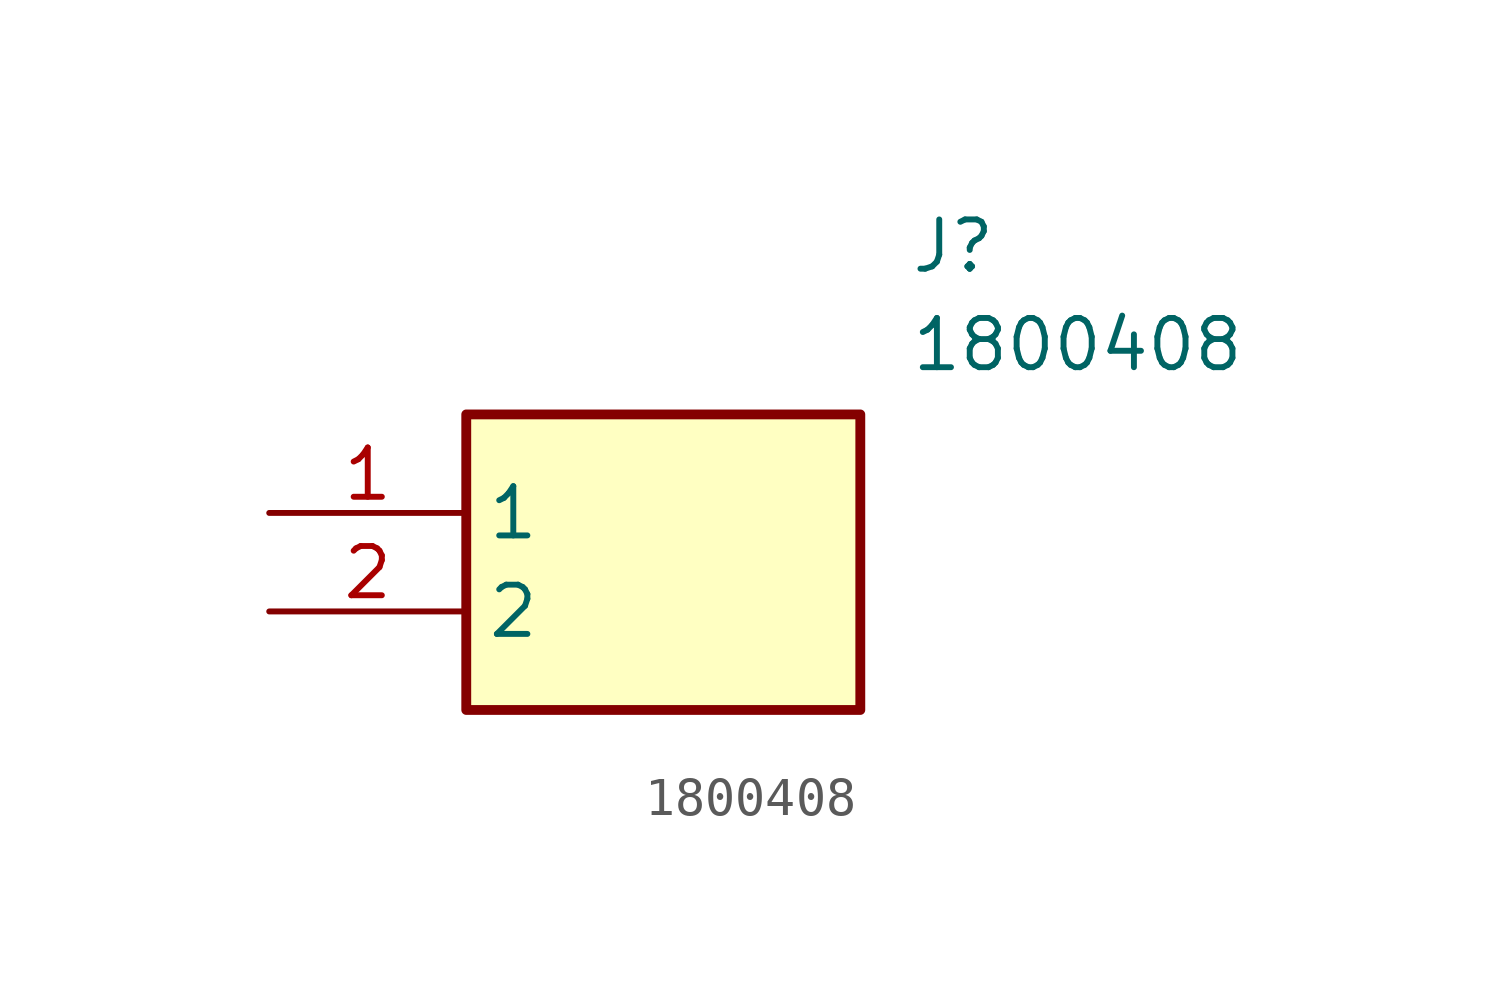
<source format=kicad_sym>
(kicad_symbol_lib
  (version 20211014)
  (generator SamacSys_ECAD_Model)
  (symbol "1800408"
    (property "Reference" "J"
      (at 16.51 7.62 0)
      (effects (font (size 1.27 1.27)) (justify left top)))
    (property "Value" "1800408"
      (at 16.51 5.08 0)
      (effects (font (size 1.27 1.27)) (justify left top)))
    (rectangle
      (start 5.08 2.54)
      (end 15.24 -5.08)
      (stroke (width 0.254) (type default))
      (fill (type background)))
    (pin passive line
      (at 0 0 0)
      (length 5.08)
      (name "1" (effects (font (size 1.27 1.27))))
      (number "1" (effects (font (size 1.27 1.27)))))
    (pin passive line
      (at 0 -2.54 0)
      (length 5.08)
      (name "2" (effects (font (size 1.27 1.27))))
      (number "2" (effects (font (size 1.27 1.27)))))))
</source>
